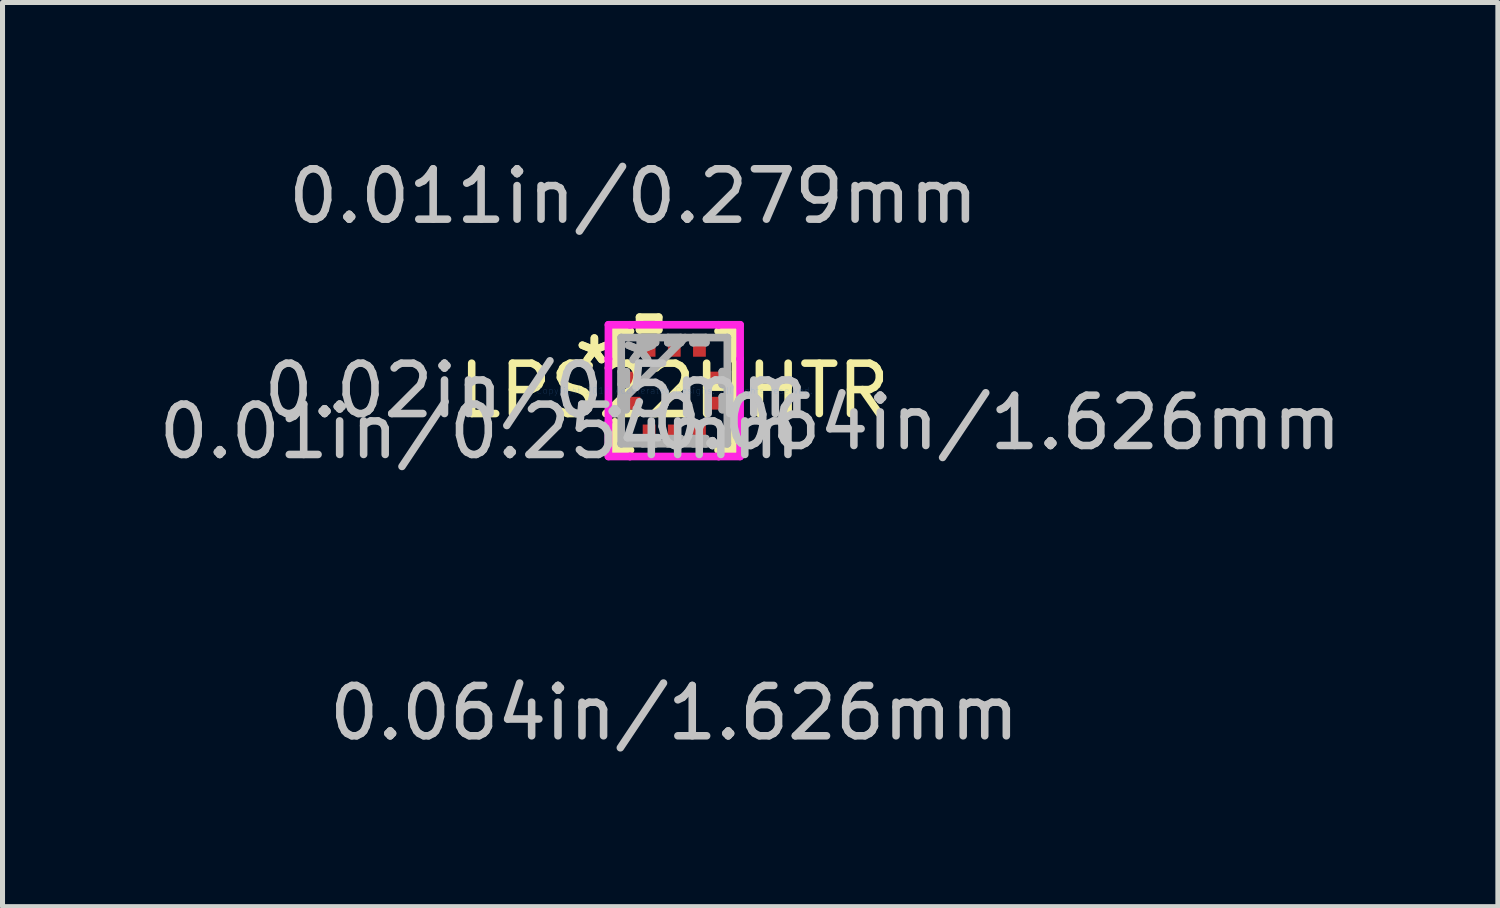
<source format=kicad_pcb>
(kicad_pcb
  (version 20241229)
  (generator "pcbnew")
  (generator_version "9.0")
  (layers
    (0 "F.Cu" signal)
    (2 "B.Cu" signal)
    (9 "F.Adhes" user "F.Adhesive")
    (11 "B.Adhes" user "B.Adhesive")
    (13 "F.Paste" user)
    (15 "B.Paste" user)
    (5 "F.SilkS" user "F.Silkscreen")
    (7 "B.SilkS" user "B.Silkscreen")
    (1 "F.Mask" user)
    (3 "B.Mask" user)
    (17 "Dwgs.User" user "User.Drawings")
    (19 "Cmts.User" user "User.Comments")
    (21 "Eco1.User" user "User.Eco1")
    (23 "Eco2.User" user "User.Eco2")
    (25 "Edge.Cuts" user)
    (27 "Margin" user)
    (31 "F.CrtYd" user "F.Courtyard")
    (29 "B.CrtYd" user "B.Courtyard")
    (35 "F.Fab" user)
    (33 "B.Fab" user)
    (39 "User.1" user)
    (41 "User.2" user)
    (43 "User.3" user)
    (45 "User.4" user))
  (footprint "LPS22HHTR"
    (layer "F.Cu")
    (at 10.343 4.709)
    (property "Reference" "LPS22HHTR" (at 0 0 0) (layer "F.SilkS") (effects (font (size 1 1) (thickness 0.15))))
    (attr through_hole)
    (fp_line (start -1.181 -1.181) (end -1.181 -0.619) (stroke (width 0.152) (type solid)) (layer "F.SilkS"))
    (fp_line (start -1.181 0.619) (end -1.181 1.181) (stroke (width 0.152) (type solid)) (layer "F.SilkS"))
    (fp_line (start -1.181 1.181) (end -0.869 1.181) (stroke (width 0.152) (type solid)) (layer "F.SilkS"))
    (fp_line (start -0.869 -1.181) (end -1.181 -1.181) (stroke (width 0.152) (type solid)) (layer "F.SilkS"))
    (fp_line (start -0.69 -1.46) (end -0.309 -1.46) (stroke (width 0.152) (type solid)) (layer "F.SilkS"))
    (fp_line (start -0.69 -1.206) (end -0.69 -1.46) (stroke (width 0.152) (type solid)) (layer "F.SilkS"))
    (fp_line (start -0.309 -1.46) (end -0.309 -1.206) (stroke (width 0.152) (type solid)) (layer "F.SilkS"))
    (fp_line (start -0.309 -1.206) (end -0.69 -1.206) (stroke (width 0.152) (type solid)) (layer "F.SilkS"))
    (fp_line (start 0.869 1.181) (end 1.181 1.181) (stroke (width 0.152) (type solid)) (layer "F.SilkS"))
    (fp_line (start 1.181 -1.181) (end 0.869 -1.181) (stroke (width 0.152) (type solid)) (layer "F.SilkS"))
    (fp_line (start 1.181 -0.619) (end 1.181 -1.181) (stroke (width 0.152) (type solid)) (layer "F.SilkS"))
    (fp_line (start 1.181 1.181) (end 1.181 0.619) (stroke (width 0.152) (type solid)) (layer "F.SilkS"))
    (fp_line (start -1.308 -1.308) (end -0.881 -1.308) (stroke (width 0.152) (type solid)) (layer "F.CrtYd"))
    (fp_line (start -1.308 -0.631) (end -1.308 -1.308) (stroke (width 0.152) (type solid)) (layer "F.CrtYd"))
    (fp_line (start -1.308 -0.631) (end -1.308 -0.631) (stroke (width 0.152) (type solid)) (layer "F.CrtYd"))
    (fp_line (start -1.308 0.631) (end -1.308 -0.631) (stroke (width 0.152) (type solid)) (layer "F.CrtYd"))
    (fp_line (start -1.308 0.631) (end -1.308 0.631) (stroke (width 0.152) (type solid)) (layer "F.CrtYd"))
    (fp_line (start -1.308 1.308) (end -1.308 0.631) (stroke (width 0.152) (type solid)) (layer "F.CrtYd"))
    (fp_line (start -0.881 -1.308) (end -0.881 -1.308) (stroke (width 0.152) (type solid)) (layer "F.CrtYd"))
    (fp_line (start -0.881 -1.308) (end 0.881 -1.308) (stroke (width 0.152) (type solid)) (layer "F.CrtYd"))
    (fp_line (start -0.881 1.308) (end -1.308 1.308) (stroke (width 0.152) (type solid)) (layer "F.CrtYd"))
    (fp_line (start -0.881 1.308) (end -0.881 1.308) (stroke (width 0.152) (type solid)) (layer "F.CrtYd"))
    (fp_line (start 0.881 -1.308) (end 0.881 -1.308) (stroke (width 0.152) (type solid)) (layer "F.CrtYd"))
    (fp_line (start 0.881 -1.308) (end 1.308 -1.308) (stroke (width 0.152) (type solid)) (layer "F.CrtYd"))
    (fp_line (start 0.881 1.308) (end -0.881 1.308) (stroke (width 0.152) (type solid)) (layer "F.CrtYd"))
    (fp_line (start 0.881 1.308) (end 0.881 1.308) (stroke (width 0.152) (type solid)) (layer "F.CrtYd"))
    (fp_line (start 1.308 -1.308) (end 1.308 -0.631) (stroke (width 0.152) (type solid)) (layer "F.CrtYd"))
    (fp_line (start 1.308 -0.631) (end 1.308 -0.631) (stroke (width 0.152) (type solid)) (layer "F.CrtYd"))
    (fp_line (start 1.308 -0.631) (end 1.308 0.631) (stroke (width 0.152) (type solid)) (layer "F.CrtYd"))
    (fp_line (start 1.308 0.631) (end 1.308 0.631) (stroke (width 0.152) (type solid)) (layer "F.CrtYd"))
    (fp_line (start 1.308 0.631) (end 1.308 1.308) (stroke (width 0.152) (type solid)) (layer "F.CrtYd"))
    (fp_line (start 1.308 1.308) (end 0.881 1.308) (stroke (width 0.152) (type solid)) (layer "F.CrtYd"))
    (fp_line (start -1.054 -1.054) (end -1.054 -1.054) (stroke (width 0.152) (type solid)) (layer "F.Fab"))
    (fp_line (start -1.054 -1.054) (end -1.054 1.054) (stroke (width 0.152) (type solid)) (layer "F.Fab"))
    (fp_line (start -1.054 -0.377) (end -0.953 -0.377) (stroke (width 0.152) (type solid)) (layer "F.Fab"))
    (fp_line (start -1.054 -0.123) (end -1.054 -0.377) (stroke (width 0.152) (type solid)) (layer "F.Fab"))
    (fp_line (start -1.054 0.123) (end -0.953 0.123) (stroke (width 0.152) (type solid)) (layer "F.Fab"))
    (fp_line (start -1.054 0.216) (end 0.216 -1.054) (stroke (width 0.152) (type solid)) (layer "F.Fab"))
    (fp_line (start -1.054 0.377) (end -1.054 0.123) (stroke (width 0.152) (type solid)) (layer "F.Fab"))
    (fp_line (start -1.054 1.054) (end -1.054 1.054) (stroke (width 0.152) (type solid)) (layer "F.Fab"))
    (fp_line (start -1.054 1.054) (end 1.054 1.054) (stroke (width 0.152) (type solid)) (layer "F.Fab"))
    (fp_line (start -0.953 -0.377) (end -0.953 -0.123) (stroke (width 0.152) (type solid)) (layer "F.Fab"))
    (fp_line (start -0.953 -0.123) (end -1.054 -0.123) (stroke (width 0.152) (type solid)) (layer "F.Fab"))
    (fp_line (start -0.953 0.123) (end -0.953 0.377) (stroke (width 0.152) (type solid)) (layer "F.Fab"))
    (fp_line (start -0.953 0.377) (end -1.054 0.377) (stroke (width 0.152) (type solid)) (layer "F.Fab"))
    (fp_line (start -0.627 -1.054) (end -0.373 -1.054) (stroke (width 0.152) (type solid)) (layer "F.Fab"))
    (fp_line (start -0.627 -0.953) (end -0.627 -1.054) (stroke (width 0.152) (type solid)) (layer "F.Fab"))
    (fp_line (start -0.627 0.953) (end -0.373 0.953) (stroke (width 0.152) (type solid)) (layer "F.Fab"))
    (fp_line (start -0.627 1.054) (end -0.627 0.953) (stroke (width 0.152) (type solid)) (layer "F.Fab"))
    (fp_line (start -0.373 -1.054) (end -0.373 -0.953) (stroke (width 0.152) (type solid)) (layer "F.Fab"))
    (fp_line (start -0.373 -0.953) (end -0.627 -0.953) (stroke (width 0.152) (type solid)) (layer "F.Fab"))
    (fp_line (start -0.373 0.953) (end -0.373 1.054) (stroke (width 0.152) (type solid)) (layer "F.Fab"))
    (fp_line (start -0.373 1.054) (end -0.627 1.054) (stroke (width 0.152) (type solid)) (layer "F.Fab"))
    (fp_line (start -0.127 -1.054) (end 0.127 -1.054) (stroke (width 0.152) (type solid)) (layer "F.Fab"))
    (fp_line (start -0.127 -0.953) (end -0.127 -1.054) (stroke (width 0.152) (type solid)) (layer "F.Fab"))
    (fp_line (start -0.127 0.953) (end 0.127 0.953) (stroke (width 0.152) (type solid)) (layer "F.Fab"))
    (fp_line (start -0.127 1.054) (end -0.127 0.953) (stroke (width 0.152) (type solid)) (layer "F.Fab"))
    (fp_line (start 0.127 -1.054) (end 0.127 -0.953) (stroke (width 0.152) (type solid)) (layer "F.Fab"))
    (fp_line (start 0.127 -0.953) (end -0.127 -0.953) (stroke (width 0.152) (type solid)) (layer "F.Fab"))
    (fp_line (start 0.127 0.953) (end 0.127 1.054) (stroke (width 0.152) (type solid)) (layer "F.Fab"))
    (fp_line (start 0.127 1.054) (end -0.127 1.054) (stroke (width 0.152) (type solid)) (layer "F.Fab"))
    (fp_line (start 0.373 -1.054) (end 0.627 -1.054) (stroke (width 0.152) (type solid)) (layer "F.Fab"))
    (fp_line (start 0.373 -0.953) (end 0.373 -1.054) (stroke (width 0.152) (type solid)) (layer "F.Fab"))
    (fp_line (start 0.373 0.953) (end 0.627 0.953) (stroke (width 0.152) (type solid)) (layer "F.Fab"))
    (fp_line (start 0.373 1.054) (end 0.373 0.953) (stroke (width 0.152) (type solid)) (layer "F.Fab"))
    (fp_line (start 0.627 -1.054) (end 0.627 -0.953) (stroke (width 0.152) (type solid)) (layer "F.Fab"))
    (fp_line (start 0.627 -0.953) (end 0.373 -0.953) (stroke (width 0.152) (type solid)) (layer "F.Fab"))
    (fp_line (start 0.627 0.953) (end 0.627 1.054) (stroke (width 0.152) (type solid)) (layer "F.Fab"))
    (fp_line (start 0.627 1.054) (end 0.373 1.054) (stroke (width 0.152) (type solid)) (layer "F.Fab"))
    (fp_line (start 0.953 -0.377) (end 1.054 -0.377) (stroke (width 0.152) (type solid)) (layer "F.Fab"))
    (fp_line (start 0.953 -0.123) (end 0.953 -0.377) (stroke (width 0.152) (type solid)) (layer "F.Fab"))
    (fp_line (start 0.953 0.123) (end 1.054 0.123) (stroke (width 0.152) (type solid)) (layer "F.Fab"))
    (fp_line (start 0.953 0.377) (end 0.953 0.123) (stroke (width 0.152) (type solid)) (layer "F.Fab"))
    (fp_line (start 1.054 -1.054) (end -1.054 -1.054) (stroke (width 0.152) (type solid)) (layer "F.Fab"))
    (fp_line (start 1.054 -1.054) (end 1.054 -1.054) (stroke (width 0.152) (type solid)) (layer "F.Fab"))
    (fp_line (start 1.054 -0.377) (end 1.054 -0.123) (stroke (width 0.152) (type solid)) (layer "F.Fab"))
    (fp_line (start 1.054 -0.123) (end 0.953 -0.123) (stroke (width 0.152) (type solid)) (layer "F.Fab"))
    (fp_line (start 1.054 0.123) (end 1.054 0.377) (stroke (width 0.152) (type solid)) (layer "F.Fab"))
    (fp_line (start 1.054 0.377) (end 0.953 0.377) (stroke (width 0.152) (type solid)) (layer "F.Fab"))
    (fp_line (start 1.054 1.054) (end 1.054 -1.054) (stroke (width 0.152) (type solid)) (layer "F.Fab"))
    (fp_line (start 1.054 1.054) (end 1.054 1.054) (stroke (width 0.152) (type solid)) (layer "F.Fab"))
    (fp_text user "*" (at -1.587 -0.5 0) (layer "F.SilkS") (effects (font (size 1 1) (thickness 0.15))))
    (fp_text user "*" (at -1.587 -0.5 0) (layer "F.SilkS") (effects (font (size 1 1) (thickness 0.15))))
    (fp_text user "0.011in/0.279mm" (at -0.813 -3.861 0) (layer "Dwgs.User") (effects (font (size 1 1) (thickness 0.15))))
    (fp_text user "0.02in/0.5mm" (at -2.731 0 0) (layer "Dwgs.User") (effects (font (size 1 1) (thickness 0.15))))
    (fp_text user "0.01in/0.254mm" (at -3.861 0.813 0) (layer "Dwgs.User") (effects (font (size 1 1) (thickness 0.15))))
    (fp_text user "0.064in/1.626mm" (at 6.401 0.635 0) (layer "Dwgs.User") (effects (font (size 1 1) (thickness 0.15))))
    (fp_text user "0.064in/1.626mm" (at 0 6.401 0) (layer "Dwgs.User") (effects (font (size 1 1) (thickness 0.15))))
    (fp_text user "Copyright 2016 Accelerated Designs. All rights reserved." (at 0 0 0) (layer "Cmts.User") (effects (font (size 0.127 0.127) (thickness 0.002))))
    (fp_text user "*" (at -0.673 -0.5 0) (layer "F.Fab") (effects (font (size 1 1) (thickness 0.15))))
    (fp_text user "*" (at -0.673 -0.5 0) (layer "F.Fab") (effects (font (size 1 1) (thickness 0.15))))
    (pad "1" smd rect (at -0.813 -0.25 90) (size 0.254 0.279) (layers "F.Cu" "F.Mask" "F.Paste"))
    (pad "2" smd rect (at -0.813 0.25 90) (size 0.254 0.279) (layers "F.Cu" "F.Mask" "F.Paste"))
    (pad "3" smd rect (at -0.5 0.813) (size 0.254 0.279) (layers "F.Cu" "F.Mask" "F.Paste"))
    (pad "4" smd rect (at 0 0.813) (size 0.254 0.279) (layers "F.Cu" "F.Mask" "F.Paste"))
    (pad "5" smd rect (at 0.5 0.813) (size 0.254 0.279) (layers "F.Cu" "F.Mask" "F.Paste"))
    (pad "6" smd rect (at 0.813 0.25 90) (size 0.254 0.279) (layers "F.Cu" "F.Mask" "F.Paste"))
    (pad "7" smd rect (at 0.813 -0.25 90) (size 0.254 0.279) (layers "F.Cu" "F.Mask" "F.Paste"))
    (pad "8" smd rect (at 0.5 -0.813) (size 0.254 0.279) (layers "F.Cu" "F.Mask" "F.Paste"))
    (pad "9" smd rect (at 0 -0.813) (size 0.254 0.279) (layers "F.Cu" "F.Mask" "F.Paste"))
    (pad "10" smd rect (at -0.5 -0.813) (size 0.254 0.279) (layers "F.Cu" "F.Mask" "F.Paste")))
  (gr_rect
    (start -3 -3)
    (end 26.702 14.958)
    (stroke (width 0.1) (type default))
    (fill no)
    (layer "Edge.Cuts")))
</source>
